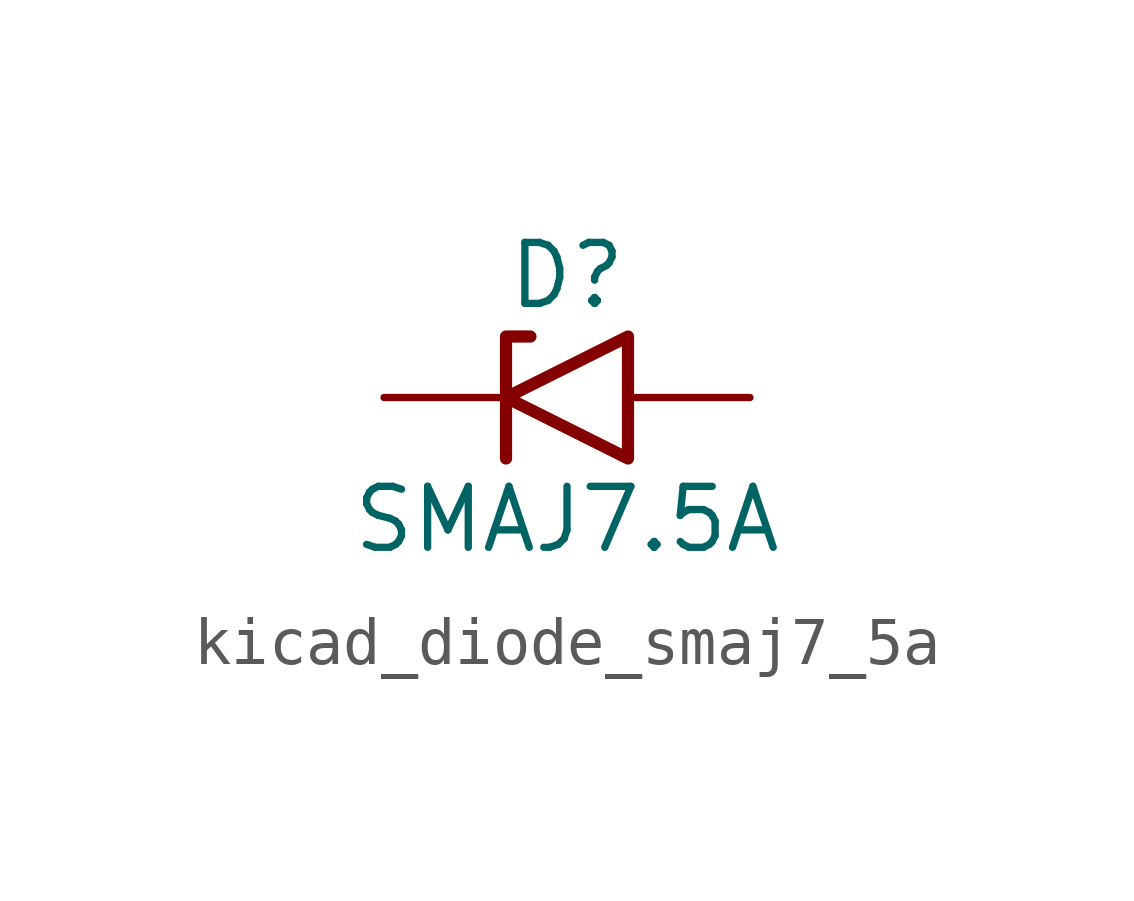
<source format=kicad_sym>
(kicad_symbol_lib
  (version 20220914)
  (generator kicad_symbol_editor)
  (symbol "kicad_diode_smaj7_5a"
    (pin_numbers hide)
    (pin_names
      (offset 1.016) hide)
    (property "Reference" "D"
      (at 0 2.54 0)
      (effects (font (size 1.27 1.27))))
    (property "Value" "SMAJ7.5A"
      (at 0 -2.54 0)
      (effects (font (size 1.27 1.27))))
    (symbol "kicad_diode_smaj7_5a_0_1"
      (polyline (pts (xy -0.762 1.27) (xy -1.27 1.27) (xy -1.27 -1.27)) (stroke (width 0.254) (type default)) (fill (type none)))
      (polyline (pts (xy 1.27 1.27) (xy 1.27 -1.27) (xy -1.27 0) (xy 1.27 1.27)) (stroke (width 0.254) (type default)) (fill (type none))))
    (symbol "kicad_diode_smaj7_5a_1_1"
      (pin passive line (at -3.81 0 0) (length 2.54) (name "A1" (effects (font (size 1.27 1.27)))) (number "1" (effects (font (size 1.27 1.27)))))
      (pin passive line (at 3.81 0 180) (length 2.54) (name "A2" (effects (font (size 1.27 1.27)))) (number "2" (effects (font (size 1.27 1.27))))))))
</source>
